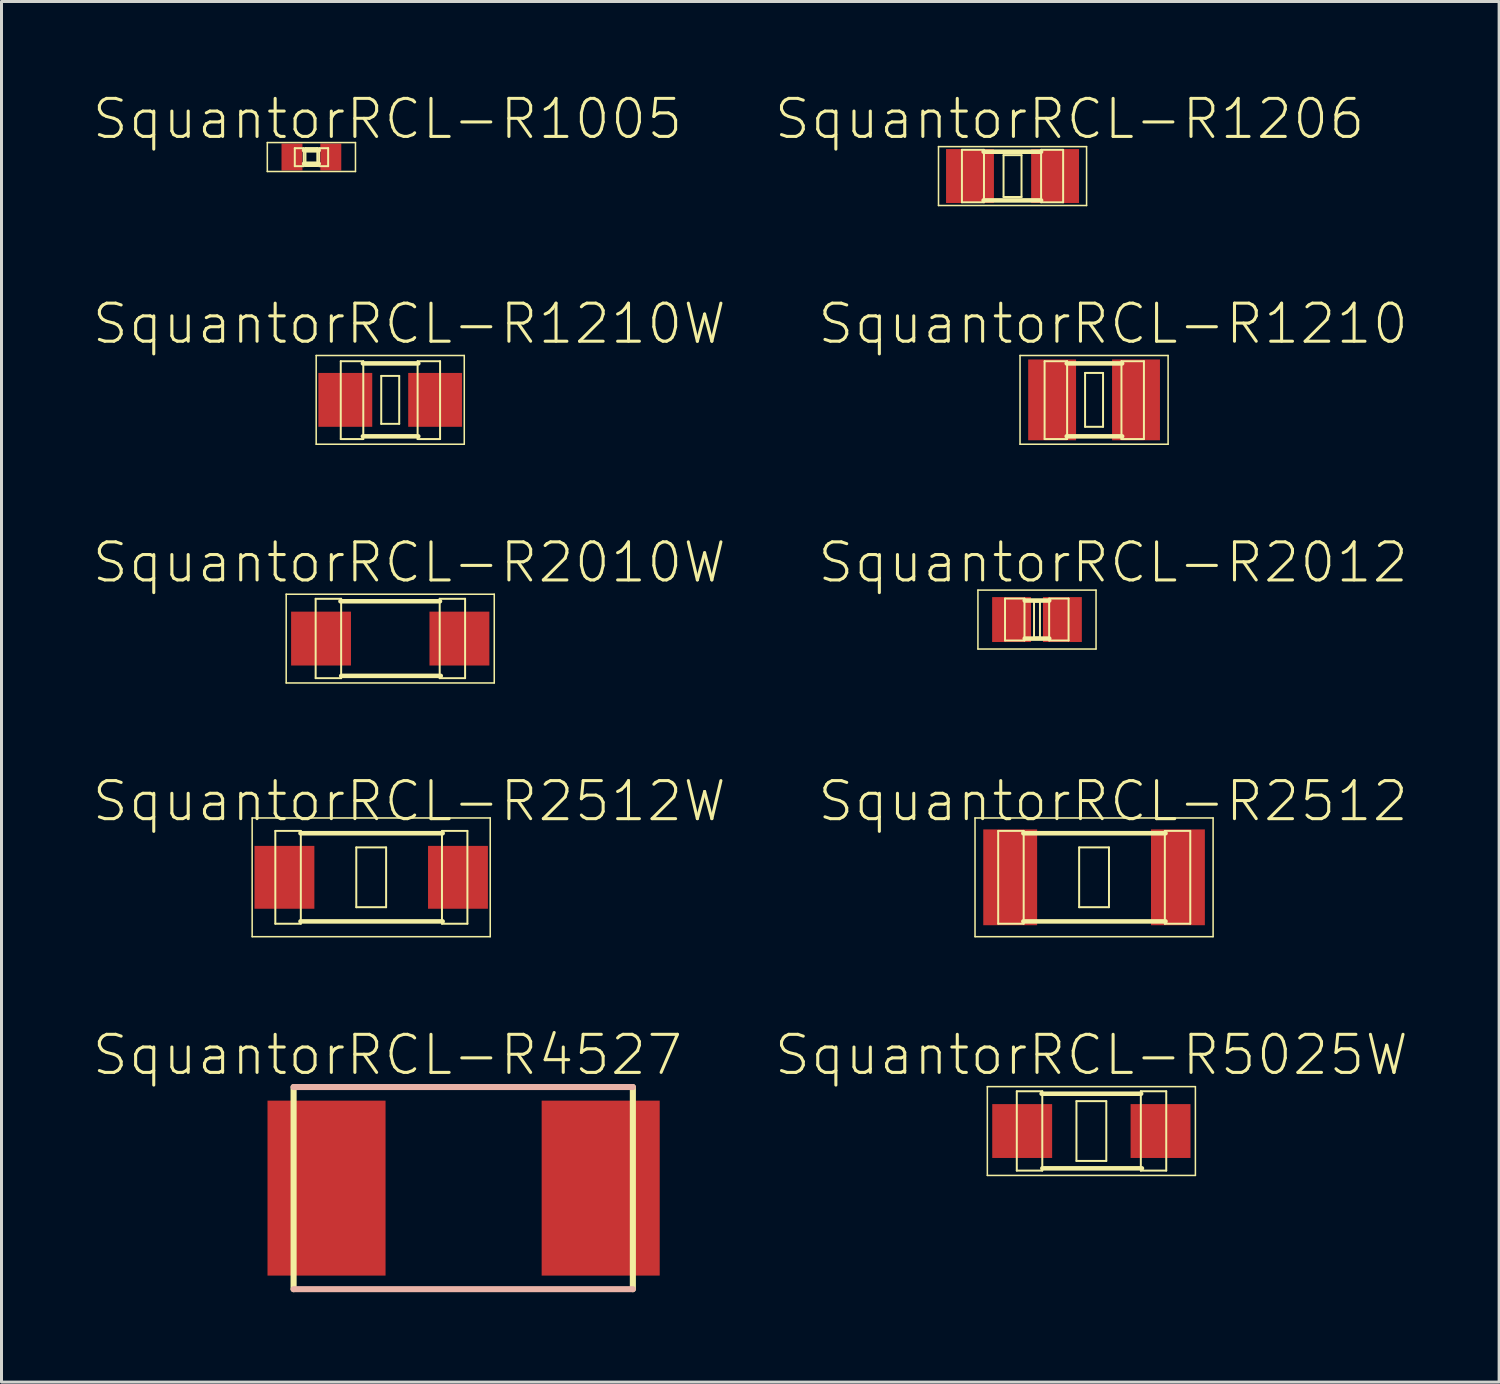
<source format=kicad_pcb>
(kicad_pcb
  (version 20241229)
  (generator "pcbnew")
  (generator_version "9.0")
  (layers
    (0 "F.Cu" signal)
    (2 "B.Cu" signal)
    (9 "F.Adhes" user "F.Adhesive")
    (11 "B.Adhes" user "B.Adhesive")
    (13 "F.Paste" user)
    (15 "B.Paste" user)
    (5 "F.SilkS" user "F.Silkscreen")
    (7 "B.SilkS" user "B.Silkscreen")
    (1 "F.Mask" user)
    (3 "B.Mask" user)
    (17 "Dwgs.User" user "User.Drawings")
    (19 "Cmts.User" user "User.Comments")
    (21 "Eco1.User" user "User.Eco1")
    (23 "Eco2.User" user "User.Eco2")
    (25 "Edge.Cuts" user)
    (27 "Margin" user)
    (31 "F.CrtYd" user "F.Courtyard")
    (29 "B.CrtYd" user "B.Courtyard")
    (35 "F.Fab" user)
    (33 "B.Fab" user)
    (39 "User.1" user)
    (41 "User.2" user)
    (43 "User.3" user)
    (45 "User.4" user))
  (footprint "SquantorRCL-R1005"
    (layer "F.Cu")
    (at 7.343 2.191)
    (property "Reference" "SquantorRCL-R1005" (at 2.54 -1.27 0) (layer "F.SilkS") (effects (font (size 1.27 1.27) (thickness 0.102))))
    (attr smd)
    (fp_line (start -1.471 -0.483) (end 1.471 -0.483) (stroke (width 0.051) (type solid)) (layer "F.SilkS"))
    (fp_line (start -1.471 0.483) (end -1.471 -0.483) (stroke (width 0.051) (type solid)) (layer "F.SilkS"))
    (fp_line (start -0.554 -0.295) (end -0.254 -0.295) (stroke (width 0.066) (type solid)) (layer "F.SilkS"))
    (fp_line (start -0.554 0.305) (end -0.554 -0.295) (stroke (width 0.066) (type solid)) (layer "F.SilkS"))
    (fp_line (start -0.554 0.305) (end -0.254 0.305) (stroke (width 0.066) (type solid)) (layer "F.SilkS"))
    (fp_line (start -0.254 0.305) (end -0.254 -0.295) (stroke (width 0.066) (type solid)) (layer "F.SilkS"))
    (fp_line (start -0.244 -0.224) (end 0.244 -0.224) (stroke (width 0.152) (type solid)) (layer "F.SilkS"))
    (fp_line (start -0.198 -0.3) (end 0.198 -0.3) (stroke (width 0.066) (type solid)) (layer "F.SilkS"))
    (fp_line (start -0.198 0.3) (end -0.198 -0.3) (stroke (width 0.066) (type solid)) (layer "F.SilkS"))
    (fp_line (start -0.198 0.3) (end 0.198 0.3) (stroke (width 0.066) (type solid)) (layer "F.SilkS"))
    (fp_line (start 0.198 0.3) (end 0.198 -0.3) (stroke (width 0.066) (type solid)) (layer "F.SilkS"))
    (fp_line (start 0.244 0.224) (end -0.244 0.224) (stroke (width 0.152) (type solid)) (layer "F.SilkS"))
    (fp_line (start 0.257 -0.295) (end 0.559 -0.295) (stroke (width 0.066) (type solid)) (layer "F.SilkS"))
    (fp_line (start 0.257 0.305) (end 0.257 -0.295) (stroke (width 0.066) (type solid)) (layer "F.SilkS"))
    (fp_line (start 0.257 0.305) (end 0.559 0.305) (stroke (width 0.066) (type solid)) (layer "F.SilkS"))
    (fp_line (start 0.559 0.305) (end 0.559 -0.295) (stroke (width 0.066) (type solid)) (layer "F.SilkS"))
    (fp_line (start 1.471 -0.483) (end 1.471 0.483) (stroke (width 0.051) (type solid)) (layer "F.SilkS"))
    (fp_line (start 1.471 0.483) (end -1.471 0.483) (stroke (width 0.051) (type solid)) (layer "F.SilkS"))
    (pad "1" smd rect (at -0.648 0) (size 0.699 0.899) (layers "F.Cu" "F.Mask" "F.Paste"))
    (pad "2" smd rect (at 0.648 0) (size 0.699 0.899) (layers "F.Cu" "F.Mask" "F.Paste")))
  (footprint "SquantorRCL-R2012"
    (layer "F.Cu")
    (at 31.56 17.628)
    (property "Reference" "SquantorRCL-R2012" (at 2.54 -1.905 0) (layer "F.SilkS") (effects (font (size 1.27 1.27) (thickness 0.102))))
    (attr smd)
    (fp_line (start -1.971 -0.983) (end 1.971 -0.983) (stroke (width 0.051) (type solid)) (layer "F.SilkS"))
    (fp_line (start -1.971 0.983) (end -1.971 -0.983) (stroke (width 0.051) (type solid)) (layer "F.SilkS"))
    (fp_line (start -1.067 -0.701) (end -0.417 -0.701) (stroke (width 0.066) (type solid)) (layer "F.SilkS"))
    (fp_line (start -1.067 0.699) (end -1.067 -0.701) (stroke (width 0.066) (type solid)) (layer "F.SilkS"))
    (fp_line (start -1.067 0.699) (end -0.417 0.699) (stroke (width 0.066) (type solid)) (layer "F.SilkS"))
    (fp_line (start -0.417 0.699) (end -0.417 -0.701) (stroke (width 0.066) (type solid)) (layer "F.SilkS"))
    (fp_line (start -0.409 -0.635) (end 0.409 -0.635) (stroke (width 0.152) (type solid)) (layer "F.SilkS"))
    (fp_line (start -0.409 0.635) (end 0.409 0.635) (stroke (width 0.152) (type solid)) (layer "F.SilkS"))
    (fp_line (start -0.099 -0.599) (end 0.099 -0.599) (stroke (width 0.066) (type solid)) (layer "F.SilkS"))
    (fp_line (start -0.099 0.599) (end -0.099 -0.599) (stroke (width 0.066) (type solid)) (layer "F.SilkS"))
    (fp_line (start -0.099 0.599) (end 0.099 0.599) (stroke (width 0.066) (type solid)) (layer "F.SilkS"))
    (fp_line (start 0.099 0.599) (end 0.099 -0.599) (stroke (width 0.066) (type solid)) (layer "F.SilkS"))
    (fp_line (start 0.406 -0.701) (end 1.054 -0.701) (stroke (width 0.066) (type solid)) (layer "F.SilkS"))
    (fp_line (start 0.406 0.699) (end 0.406 -0.701) (stroke (width 0.066) (type solid)) (layer "F.SilkS"))
    (fp_line (start 0.406 0.699) (end 1.054 0.699) (stroke (width 0.066) (type solid)) (layer "F.SilkS"))
    (fp_line (start 1.054 0.699) (end 1.054 -0.701) (stroke (width 0.066) (type solid)) (layer "F.SilkS"))
    (fp_line (start 1.971 -0.983) (end 1.971 0.983) (stroke (width 0.051) (type solid)) (layer "F.SilkS"))
    (fp_line (start 1.971 0.983) (end -1.971 0.983) (stroke (width 0.051) (type solid)) (layer "F.SilkS"))
    (pad "1" smd rect (at -0.848 0) (size 1.298 1.499) (layers "F.Cu" "F.Mask" "F.Paste"))
    (pad "2" smd rect (at 0.848 0) (size 1.298 1.499) (layers "F.Cu" "F.Mask" "F.Paste")))
  (footprint "SquantorRCL-R5025W"
    (layer "F.Cu")
    (at 33.375 34.699)
    (property "Reference" "SquantorRCL-R5025W" (at 0 -2.54 0) (layer "F.SilkS") (effects (font (size 1.27 1.27) (thickness 0.102))))
    (attr smd)
    (fp_line (start -3.472 -1.481) (end 3.472 -1.481) (stroke (width 0.051) (type solid)) (layer "F.SilkS"))
    (fp_line (start -3.472 1.481) (end -3.472 -1.481) (stroke (width 0.051) (type solid)) (layer "F.SilkS"))
    (fp_line (start -2.489 -1.328) (end -1.638 -1.328) (stroke (width 0.066) (type solid)) (layer "F.SilkS"))
    (fp_line (start -2.489 1.321) (end -2.489 -1.328) (stroke (width 0.066) (type solid)) (layer "F.SilkS"))
    (fp_line (start -2.489 1.321) (end -1.638 1.321) (stroke (width 0.066) (type solid)) (layer "F.SilkS"))
    (fp_line (start -1.661 -1.245) (end 1.661 -1.245) (stroke (width 0.152) (type solid)) (layer "F.SilkS"))
    (fp_line (start -1.638 1.321) (end -1.638 -1.328) (stroke (width 0.066) (type solid)) (layer "F.SilkS"))
    (fp_line (start -1.636 1.245) (end 1.687 1.245) (stroke (width 0.152) (type solid)) (layer "F.SilkS"))
    (fp_line (start -0.498 -0.998) (end 0.498 -0.998) (stroke (width 0.066) (type solid)) (layer "F.SilkS"))
    (fp_line (start -0.498 0.998) (end -0.498 -0.998) (stroke (width 0.066) (type solid)) (layer "F.SilkS"))
    (fp_line (start -0.498 0.998) (end 0.498 0.998) (stroke (width 0.066) (type solid)) (layer "F.SilkS"))
    (fp_line (start 0.498 0.998) (end 0.498 -0.998) (stroke (width 0.066) (type solid)) (layer "F.SilkS"))
    (fp_line (start 1.651 -1.328) (end 2.499 -1.328) (stroke (width 0.066) (type solid)) (layer "F.SilkS"))
    (fp_line (start 1.651 1.321) (end 1.651 -1.328) (stroke (width 0.066) (type solid)) (layer "F.SilkS"))
    (fp_line (start 1.651 1.321) (end 2.499 1.321) (stroke (width 0.066) (type solid)) (layer "F.SilkS"))
    (fp_line (start 2.499 1.321) (end 2.499 -1.328) (stroke (width 0.066) (type solid)) (layer "F.SilkS"))
    (fp_line (start 3.472 -1.481) (end 3.472 1.481) (stroke (width 0.051) (type solid)) (layer "F.SilkS"))
    (fp_line (start 3.472 1.481) (end -3.472 1.481) (stroke (width 0.051) (type solid)) (layer "F.SilkS"))
    (pad "1" smd rect (at -2.309 0) (size 1.999 1.798) (layers "F.Cu" "F.Mask" "F.Paste"))
    (pad "2" smd rect (at 2.309 0) (size 1.999 1.798) (layers "F.Cu" "F.Mask" "F.Paste")))
  (footprint "SquantorRCL-R2512"
    (layer "F.Cu")
    (at 33.465 26.231)
    (property "Reference" "SquantorRCL-R2512" (at 0.635 -2.54 0) (layer "F.SilkS") (effects (font (size 1.27 1.27) (thickness 0.102))))
    (attr smd)
    (fp_line (start -3.973 -1.981) (end 3.973 -1.981) (stroke (width 0.051) (type solid)) (layer "F.SilkS"))
    (fp_line (start -3.973 1.981) (end -3.973 -1.981) (stroke (width 0.051) (type solid)) (layer "F.SilkS"))
    (fp_line (start -3.2 -1.549) (end -2.349 -1.549) (stroke (width 0.066) (type solid)) (layer "F.SilkS"))
    (fp_line (start -3.2 1.549) (end -3.2 -1.549) (stroke (width 0.066) (type solid)) (layer "F.SilkS"))
    (fp_line (start -3.2 1.549) (end -2.349 1.549) (stroke (width 0.066) (type solid)) (layer "F.SilkS"))
    (fp_line (start -2.36 -1.471) (end 2.385 -1.471) (stroke (width 0.152) (type solid)) (layer "F.SilkS"))
    (fp_line (start -2.36 1.471) (end 2.385 1.471) (stroke (width 0.152) (type solid)) (layer "F.SilkS"))
    (fp_line (start -2.349 1.549) (end -2.349 -1.549) (stroke (width 0.066) (type solid)) (layer "F.SilkS"))
    (fp_line (start -0.498 -0.998) (end 0.498 -0.998) (stroke (width 0.066) (type solid)) (layer "F.SilkS"))
    (fp_line (start -0.498 0.998) (end -0.498 -0.998) (stroke (width 0.066) (type solid)) (layer "F.SilkS"))
    (fp_line (start -0.498 0.998) (end 0.498 0.998) (stroke (width 0.066) (type solid)) (layer "F.SilkS"))
    (fp_line (start 0.498 0.998) (end 0.498 -0.998) (stroke (width 0.066) (type solid)) (layer "F.SilkS"))
    (fp_line (start 2.362 -1.549) (end 3.211 -1.549) (stroke (width 0.066) (type solid)) (layer "F.SilkS"))
    (fp_line (start 2.362 1.549) (end 2.362 -1.549) (stroke (width 0.066) (type solid)) (layer "F.SilkS"))
    (fp_line (start 2.362 1.549) (end 3.211 1.549) (stroke (width 0.066) (type solid)) (layer "F.SilkS"))
    (fp_line (start 3.211 1.549) (end 3.211 -1.549) (stroke (width 0.066) (type solid)) (layer "F.SilkS"))
    (fp_line (start 3.973 -1.981) (end 3.973 1.981) (stroke (width 0.051) (type solid)) (layer "F.SilkS"))
    (fp_line (start 3.973 1.981) (end -3.973 1.981) (stroke (width 0.051) (type solid)) (layer "F.SilkS"))
    (pad "1" smd rect (at -2.799 0) (size 1.798 3.198) (layers "F.Cu" "F.Mask" "F.Paste"))
    (pad "2" smd rect (at 2.799 0) (size 1.798 3.198) (layers "F.Cu" "F.Mask" "F.Paste")))
  (footprint "SquantorRCL-R1206"
    (layer "F.Cu")
    (at 30.744 2.826)
    (property "Reference" "SquantorRCL-R1206" (at 1.905 -1.905 0) (layer "F.SilkS") (effects (font (size 1.27 1.27) (thickness 0.102))))
    (attr smd)
    (fp_line (start -2.471 -0.983) (end 2.471 -0.983) (stroke (width 0.051) (type solid)) (layer "F.SilkS"))
    (fp_line (start -2.471 0.983) (end -2.471 -0.983) (stroke (width 0.051) (type solid)) (layer "F.SilkS"))
    (fp_line (start -1.689 -0.876) (end -0.953 -0.876) (stroke (width 0.066) (type solid)) (layer "F.SilkS"))
    (fp_line (start -1.689 0.876) (end -1.689 -0.876) (stroke (width 0.066) (type solid)) (layer "F.SilkS"))
    (fp_line (start -1.689 0.876) (end -0.953 0.876) (stroke (width 0.066) (type solid)) (layer "F.SilkS"))
    (fp_line (start -0.953 0.876) (end -0.953 -0.876) (stroke (width 0.066) (type solid)) (layer "F.SilkS"))
    (fp_line (start -0.3 -0.699) (end 0.3 -0.699) (stroke (width 0.066) (type solid)) (layer "F.SilkS"))
    (fp_line (start -0.3 0.699) (end -0.3 -0.699) (stroke (width 0.066) (type solid)) (layer "F.SilkS"))
    (fp_line (start -0.3 0.699) (end 0.3 0.699) (stroke (width 0.066) (type solid)) (layer "F.SilkS"))
    (fp_line (start 0.3 0.699) (end 0.3 -0.699) (stroke (width 0.066) (type solid)) (layer "F.SilkS"))
    (fp_line (start 0.953 -0.876) (end 1.689 -0.876) (stroke (width 0.066) (type solid)) (layer "F.SilkS"))
    (fp_line (start 0.953 -0.813) (end -0.965 -0.813) (stroke (width 0.152) (type solid)) (layer "F.SilkS"))
    (fp_line (start 0.953 0.813) (end -0.965 0.813) (stroke (width 0.152) (type solid)) (layer "F.SilkS"))
    (fp_line (start 0.953 0.876) (end 0.953 -0.876) (stroke (width 0.066) (type solid)) (layer "F.SilkS"))
    (fp_line (start 0.953 0.876) (end 1.689 0.876) (stroke (width 0.066) (type solid)) (layer "F.SilkS"))
    (fp_line (start 1.689 0.876) (end 1.689 -0.876) (stroke (width 0.066) (type solid)) (layer "F.SilkS"))
    (fp_line (start 2.471 -0.983) (end 2.471 0.983) (stroke (width 0.051) (type solid)) (layer "F.SilkS"))
    (fp_line (start 2.471 0.983) (end -2.471 0.983) (stroke (width 0.051) (type solid)) (layer "F.SilkS"))
    (pad "1" smd rect (at -1.42 0) (size 1.598 1.801) (layers "F.Cu" "F.Mask" "F.Paste"))
    (pad "2" smd rect (at 1.42 0) (size 1.598 1.801) (layers "F.Cu" "F.Mask" "F.Paste")))
  (footprint "SquantorRCL-R1210W"
    (layer "F.Cu")
    (at 9.974 10.296)
    (property "Reference" "SquantorRCL-R1210W" (at 0.635 -2.54 0) (layer "F.SilkS") (effects (font (size 1.27 1.27) (thickness 0.102))))
    (attr smd)
    (fp_line (start -2.471 -1.481) (end 2.471 -1.481) (stroke (width 0.051) (type solid)) (layer "F.SilkS"))
    (fp_line (start -2.471 1.481) (end -2.471 -1.481) (stroke (width 0.051) (type solid)) (layer "F.SilkS"))
    (fp_line (start -1.651 -1.29) (end -0.899 -1.29) (stroke (width 0.066) (type solid)) (layer "F.SilkS"))
    (fp_line (start -1.651 1.308) (end -1.651 -1.29) (stroke (width 0.066) (type solid)) (layer "F.SilkS"))
    (fp_line (start -1.651 1.308) (end -0.899 1.308) (stroke (width 0.066) (type solid)) (layer "F.SilkS"))
    (fp_line (start -0.912 -1.217) (end 0.937 -1.217) (stroke (width 0.152) (type solid)) (layer "F.SilkS"))
    (fp_line (start -0.912 1.217) (end 0.937 1.217) (stroke (width 0.152) (type solid)) (layer "F.SilkS"))
    (fp_line (start -0.899 1.308) (end -0.899 -1.29) (stroke (width 0.066) (type solid)) (layer "F.SilkS"))
    (fp_line (start -0.3 -0.8) (end 0.3 -0.8) (stroke (width 0.066) (type solid)) (layer "F.SilkS"))
    (fp_line (start -0.3 0.8) (end -0.3 -0.8) (stroke (width 0.066) (type solid)) (layer "F.SilkS"))
    (fp_line (start -0.3 0.8) (end 0.3 0.8) (stroke (width 0.066) (type solid)) (layer "F.SilkS"))
    (fp_line (start 0.3 0.8) (end 0.3 -0.8) (stroke (width 0.066) (type solid)) (layer "F.SilkS"))
    (fp_line (start 0.914 -1.29) (end 1.664 -1.29) (stroke (width 0.066) (type solid)) (layer "F.SilkS"))
    (fp_line (start 0.914 1.308) (end 0.914 -1.29) (stroke (width 0.066) (type solid)) (layer "F.SilkS"))
    (fp_line (start 0.914 1.308) (end 1.664 1.308) (stroke (width 0.066) (type solid)) (layer "F.SilkS"))
    (fp_line (start 1.664 1.308) (end 1.664 -1.29) (stroke (width 0.066) (type solid)) (layer "F.SilkS"))
    (fp_line (start 2.471 -1.481) (end 2.471 1.481) (stroke (width 0.051) (type solid)) (layer "F.SilkS"))
    (fp_line (start 2.471 1.481) (end -2.471 1.481) (stroke (width 0.051) (type solid)) (layer "F.SilkS"))
    (pad "1" smd rect (at -1.499 0) (size 1.798 1.798) (layers "F.Cu" "F.Mask" "F.Paste"))
    (pad "2" smd rect (at 1.499 0) (size 1.798 1.798) (layers "F.Cu" "F.Mask" "F.Paste")))
  (footprint "SquantorRCL-R2512W"
    (layer "F.Cu")
    (at 9.339 26.231)
    (property "Reference" "SquantorRCL-R2512W" (at 1.27 -2.54 0) (layer "F.SilkS") (effects (font (size 1.27 1.27) (thickness 0.102))))
    (attr smd)
    (fp_line (start -3.973 -1.981) (end 3.973 -1.981) (stroke (width 0.051) (type solid)) (layer "F.SilkS"))
    (fp_line (start -3.973 1.981) (end -3.973 -1.981) (stroke (width 0.051) (type solid)) (layer "F.SilkS"))
    (fp_line (start -3.2 -1.549) (end -2.349 -1.549) (stroke (width 0.066) (type solid)) (layer "F.SilkS"))
    (fp_line (start -3.2 1.549) (end -3.2 -1.549) (stroke (width 0.066) (type solid)) (layer "F.SilkS"))
    (fp_line (start -3.2 1.549) (end -2.349 1.549) (stroke (width 0.066) (type solid)) (layer "F.SilkS"))
    (fp_line (start -2.36 -1.471) (end 2.385 -1.471) (stroke (width 0.152) (type solid)) (layer "F.SilkS"))
    (fp_line (start -2.36 1.471) (end 2.385 1.471) (stroke (width 0.152) (type solid)) (layer "F.SilkS"))
    (fp_line (start -2.349 1.549) (end -2.349 -1.549) (stroke (width 0.066) (type solid)) (layer "F.SilkS"))
    (fp_line (start -0.498 -0.998) (end 0.498 -0.998) (stroke (width 0.066) (type solid)) (layer "F.SilkS"))
    (fp_line (start -0.498 0.998) (end -0.498 -0.998) (stroke (width 0.066) (type solid)) (layer "F.SilkS"))
    (fp_line (start -0.498 0.998) (end 0.498 0.998) (stroke (width 0.066) (type solid)) (layer "F.SilkS"))
    (fp_line (start 0.498 0.998) (end 0.498 -0.998) (stroke (width 0.066) (type solid)) (layer "F.SilkS"))
    (fp_line (start 2.362 -1.549) (end 3.211 -1.549) (stroke (width 0.066) (type solid)) (layer "F.SilkS"))
    (fp_line (start 2.362 1.549) (end 2.362 -1.549) (stroke (width 0.066) (type solid)) (layer "F.SilkS"))
    (fp_line (start 2.362 1.549) (end 3.211 1.549) (stroke (width 0.066) (type solid)) (layer "F.SilkS"))
    (fp_line (start 3.211 1.549) (end 3.211 -1.549) (stroke (width 0.066) (type solid)) (layer "F.SilkS"))
    (fp_line (start 3.973 -1.981) (end 3.973 1.981) (stroke (width 0.051) (type solid)) (layer "F.SilkS"))
    (fp_line (start 3.973 1.981) (end -3.973 1.981) (stroke (width 0.051) (type solid)) (layer "F.SilkS"))
    (pad "1" smd rect (at -2.896 0) (size 1.999 2.098) (layers "F.Cu" "F.Mask" "F.Paste"))
    (pad "2" smd rect (at 2.896 0) (size 1.999 2.098) (layers "F.Cu" "F.Mask" "F.Paste")))
  (footprint "SquantorRCL-R2010W"
    (layer "F.Cu")
    (at 9.974 18.263)
    (property "Reference" "SquantorRCL-R2010W" (at 0.635 -2.54 0) (layer "F.SilkS") (effects (font (size 1.27 1.27) (thickness 0.102))))
    (attr smd)
    (fp_line (start -3.472 -1.481) (end 3.472 -1.481) (stroke (width 0.051) (type solid)) (layer "F.SilkS"))
    (fp_line (start -3.472 1.481) (end -3.472 -1.481) (stroke (width 0.051) (type solid)) (layer "F.SilkS"))
    (fp_line (start -2.489 -1.328) (end -1.638 -1.328) (stroke (width 0.066) (type solid)) (layer "F.SilkS"))
    (fp_line (start -2.489 1.321) (end -2.489 -1.328) (stroke (width 0.066) (type solid)) (layer "F.SilkS"))
    (fp_line (start -2.489 1.321) (end -1.638 1.321) (stroke (width 0.066) (type solid)) (layer "F.SilkS"))
    (fp_line (start -1.661 -1.245) (end 1.661 -1.245) (stroke (width 0.152) (type solid)) (layer "F.SilkS"))
    (fp_line (start -1.638 1.321) (end -1.638 -1.328) (stroke (width 0.066) (type solid)) (layer "F.SilkS"))
    (fp_line (start -1.636 1.245) (end 1.687 1.245) (stroke (width 0.152) (type solid)) (layer "F.SilkS"))
    (fp_line (start 1.651 -1.328) (end 2.499 -1.328) (stroke (width 0.066) (type solid)) (layer "F.SilkS"))
    (fp_line (start 1.651 1.321) (end 1.651 -1.328) (stroke (width 0.066) (type solid)) (layer "F.SilkS"))
    (fp_line (start 1.651 1.321) (end 2.499 1.321) (stroke (width 0.066) (type solid)) (layer "F.SilkS"))
    (fp_line (start 2.499 1.321) (end 2.499 -1.328) (stroke (width 0.066) (type solid)) (layer "F.SilkS"))
    (fp_line (start 3.472 -1.481) (end 3.472 1.481) (stroke (width 0.051) (type solid)) (layer "F.SilkS"))
    (fp_line (start 3.472 1.481) (end -3.472 1.481) (stroke (width 0.051) (type solid)) (layer "F.SilkS"))
    (pad "1" smd rect (at -2.309 0) (size 1.999 1.798) (layers "F.Cu" "F.Mask" "F.Paste"))
    (pad "2" smd rect (at 2.309 0) (size 1.999 1.798) (layers "F.Cu" "F.Mask" "F.Paste")))
  (footprint "SquantorRCL-R4527"
    (layer "F.Cu")
    (at 12.423 36.604)
    (property "Reference" "SquantorRCL-R4527" (at -2.54 -4.445 0) (layer "F.SilkS") (effects (font (size 1.27 1.27) (thickness 0.102))))
    (attr smd)
    (fp_line (start -5.674 -3.373) (end -5.674 3.373) (stroke (width 0.203) (type solid)) (layer "F.SilkS"))
    (fp_line (start 5.649 3.373) (end 5.649 -3.373) (stroke (width 0.203) (type solid)) (layer "F.SilkS"))
    (fp_line (start -5.674 3.373) (end 5.649 3.373) (stroke (width 0.203) (type solid)) (layer "B.SilkS"))
    (fp_line (start 5.649 -3.373) (end -5.674 -3.373) (stroke (width 0.203) (type solid)) (layer "B.SilkS"))
    (pad "1" smd rect (at -4.575 0) (size 3.94 5.839) (layers "F.Cu" "F.Mask" "F.Paste"))
    (pad "2" smd rect (at 4.575 0) (size 3.94 5.839) (layers "F.Cu" "F.Mask" "F.Paste")))
  (footprint "SquantorRCL-R1210"
    (layer "F.Cu")
    (at 33.465 10.296)
    (property "Reference" "SquantorRCL-R1210" (at 0.635 -2.54 0) (layer "F.SilkS") (effects (font (size 1.27 1.27) (thickness 0.102))))
    (attr smd)
    (fp_line (start -2.471 -1.481) (end 2.471 -1.481) (stroke (width 0.051) (type solid)) (layer "F.SilkS"))
    (fp_line (start -2.471 1.481) (end -2.471 -1.481) (stroke (width 0.051) (type solid)) (layer "F.SilkS"))
    (fp_line (start -1.651 -1.29) (end -0.899 -1.29) (stroke (width 0.066) (type solid)) (layer "F.SilkS"))
    (fp_line (start -1.651 1.308) (end -1.651 -1.29) (stroke (width 0.066) (type solid)) (layer "F.SilkS"))
    (fp_line (start -1.651 1.308) (end -0.899 1.308) (stroke (width 0.066) (type solid)) (layer "F.SilkS"))
    (fp_line (start -0.912 -1.217) (end 0.937 -1.217) (stroke (width 0.152) (type solid)) (layer "F.SilkS"))
    (fp_line (start -0.912 1.217) (end 0.937 1.217) (stroke (width 0.152) (type solid)) (layer "F.SilkS"))
    (fp_line (start -0.899 1.308) (end -0.899 -1.29) (stroke (width 0.066) (type solid)) (layer "F.SilkS"))
    (fp_line (start -0.3 -0.899) (end 0.3 -0.899) (stroke (width 0.066) (type solid)) (layer "F.SilkS"))
    (fp_line (start -0.3 0.899) (end -0.3 -0.899) (stroke (width 0.066) (type solid)) (layer "F.SilkS"))
    (fp_line (start -0.3 0.899) (end 0.3 0.899) (stroke (width 0.066) (type solid)) (layer "F.SilkS"))
    (fp_line (start 0.3 0.899) (end 0.3 -0.899) (stroke (width 0.066) (type solid)) (layer "F.SilkS"))
    (fp_line (start 0.914 -1.29) (end 1.664 -1.29) (stroke (width 0.066) (type solid)) (layer "F.SilkS"))
    (fp_line (start 0.914 1.308) (end 0.914 -1.29) (stroke (width 0.066) (type solid)) (layer "F.SilkS"))
    (fp_line (start 0.914 1.308) (end 1.664 1.308) (stroke (width 0.066) (type solid)) (layer "F.SilkS"))
    (fp_line (start 1.664 1.308) (end 1.664 -1.29) (stroke (width 0.066) (type solid)) (layer "F.SilkS"))
    (fp_line (start 2.471 -1.481) (end 2.471 1.481) (stroke (width 0.051) (type solid)) (layer "F.SilkS"))
    (fp_line (start 2.471 1.481) (end -2.471 1.481) (stroke (width 0.051) (type solid)) (layer "F.SilkS"))
    (pad "1" smd rect (at -1.4 0) (size 1.598 2.697) (layers "F.Cu" "F.Mask" "F.Paste"))
    (pad "2" smd rect (at 1.4 0) (size 1.598 2.697) (layers "F.Cu" "F.Mask" "F.Paste")))
  (gr_rect
    (start -3 -3)
    (end 46.984 43.078)
    (stroke (width 0.1) (type default))
    (fill no)
    (layer "Edge.Cuts")))
</source>
